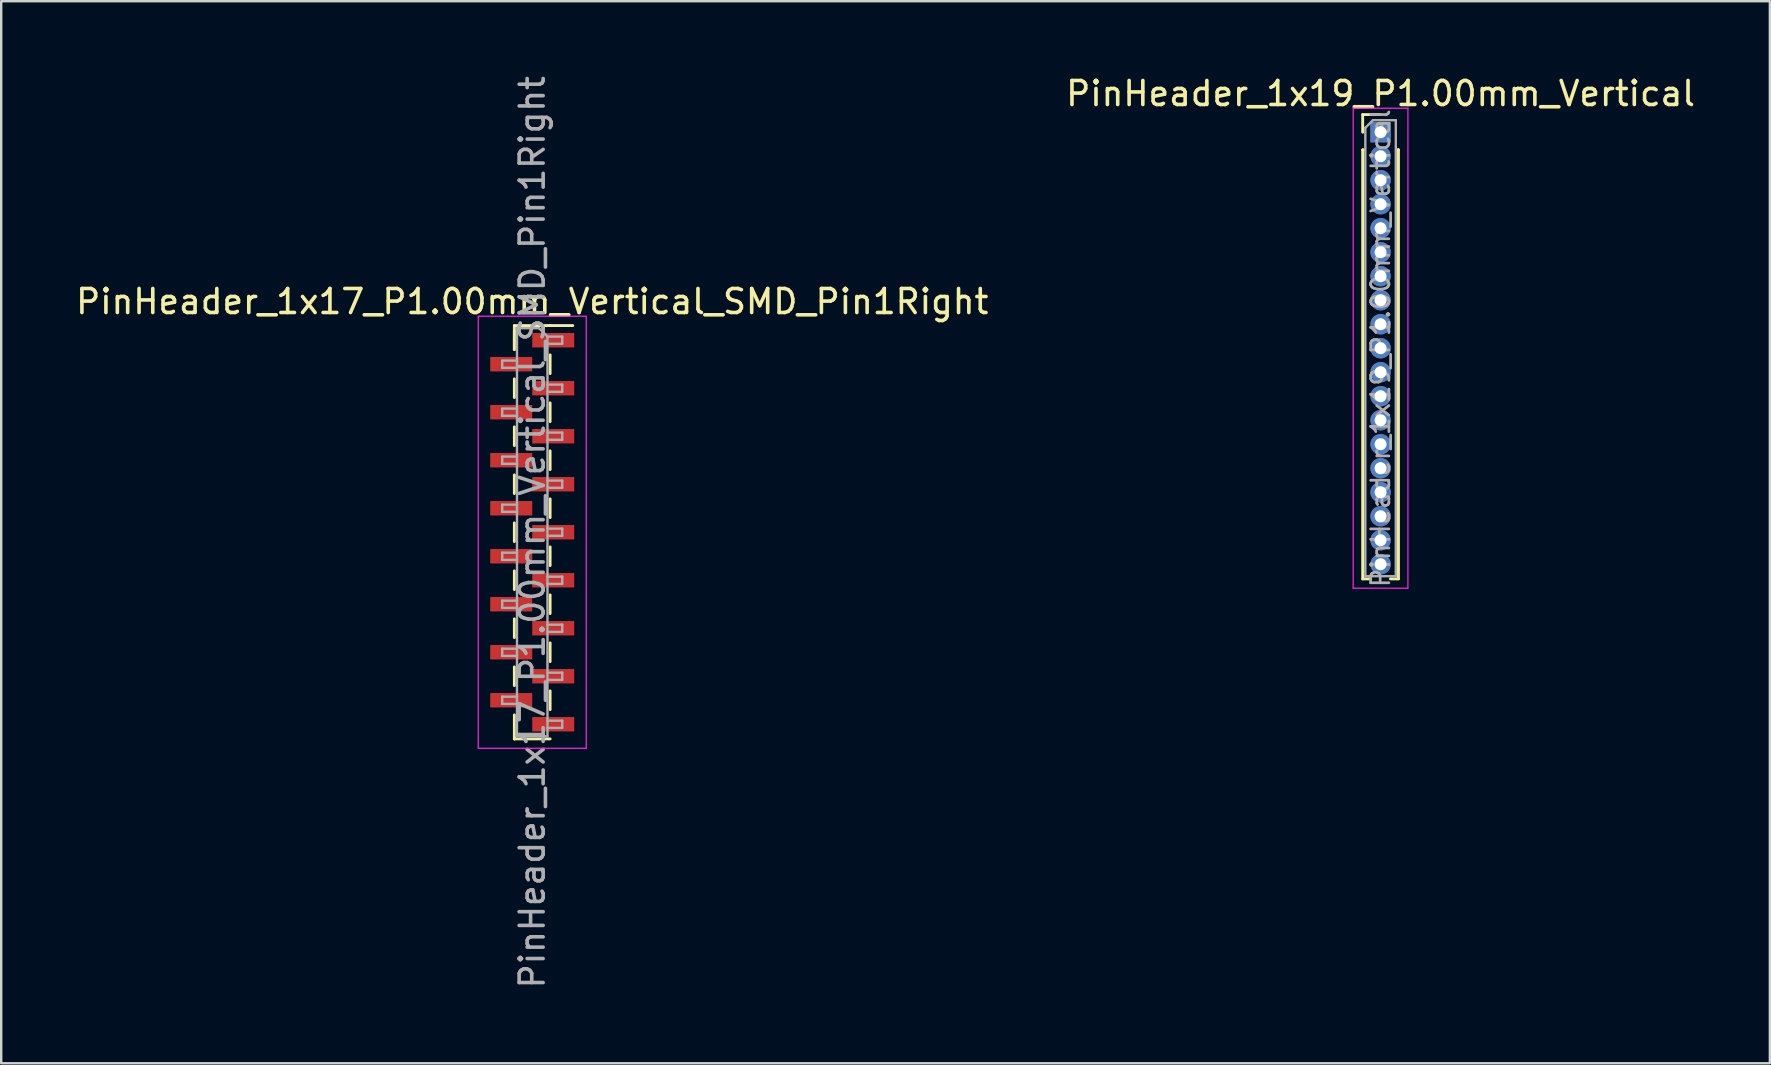
<source format=kicad_pcb>
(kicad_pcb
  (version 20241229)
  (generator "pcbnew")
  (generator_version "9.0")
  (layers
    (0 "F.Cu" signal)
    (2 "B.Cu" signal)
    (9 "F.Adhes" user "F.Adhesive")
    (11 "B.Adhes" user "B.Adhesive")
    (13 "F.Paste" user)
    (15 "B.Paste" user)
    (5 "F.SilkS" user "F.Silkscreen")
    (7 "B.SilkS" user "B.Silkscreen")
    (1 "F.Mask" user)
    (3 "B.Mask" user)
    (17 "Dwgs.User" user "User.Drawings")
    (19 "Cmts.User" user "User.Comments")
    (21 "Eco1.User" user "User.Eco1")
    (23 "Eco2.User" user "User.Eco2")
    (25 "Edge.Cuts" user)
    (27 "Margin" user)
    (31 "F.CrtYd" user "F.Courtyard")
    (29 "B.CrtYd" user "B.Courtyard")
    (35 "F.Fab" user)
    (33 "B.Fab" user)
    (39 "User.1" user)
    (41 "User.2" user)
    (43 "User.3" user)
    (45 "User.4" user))
  (footprint "PinHeader_1x17_P1.00mm_Vertical_SMD_Pin1Right"
    (layer "F.Cu")
    (at 19.125 19.125)
    (property "Reference" "PinHeader_1x17_P1.00mm_Vertical_SMD_Pin1Right" (at 0 -9.61 0) (layer "F.SilkS") (effects (font (size 1 1) (thickness 0.15))))
    (attr smd)
    (fp_line (start -0.745 -8.61) (end -0.745 -7.61) (stroke (width 0.12) (type solid)) (layer "F.SilkS"))
    (fp_line (start -0.745 -8.61) (end 0.745 -8.61) (stroke (width 0.12) (type solid)) (layer "F.SilkS"))
    (fp_line (start -0.745 -8.39) (end -0.745 -7.61) (stroke (width 0.12) (type solid)) (layer "F.SilkS"))
    (fp_line (start -0.745 -6.39) (end -0.745 -5.61) (stroke (width 0.12) (type solid)) (layer "F.SilkS"))
    (fp_line (start -0.745 -4.39) (end -0.745 -3.61) (stroke (width 0.12) (type solid)) (layer "F.SilkS"))
    (fp_line (start -0.745 -2.39) (end -0.745 -1.61) (stroke (width 0.12) (type solid)) (layer "F.SilkS"))
    (fp_line (start -0.745 -0.39) (end -0.745 0.39) (stroke (width 0.12) (type solid)) (layer "F.SilkS"))
    (fp_line (start -0.745 1.61) (end -0.745 2.39) (stroke (width 0.12) (type solid)) (layer "F.SilkS"))
    (fp_line (start -0.745 3.61) (end -0.745 4.39) (stroke (width 0.12) (type solid)) (layer "F.SilkS"))
    (fp_line (start -0.745 5.61) (end -0.745 6.39) (stroke (width 0.12) (type solid)) (layer "F.SilkS"))
    (fp_line (start -0.745 7.61) (end -0.745 8.61) (stroke (width 0.12) (type solid)) (layer "F.SilkS"))
    (fp_line (start -0.745 8.61) (end -0.745 8.61) (stroke (width 0.12) (type solid)) (layer "F.SilkS"))
    (fp_line (start -0.745 8.61) (end 0.745 8.61) (stroke (width 0.12) (type solid)) (layer "F.SilkS"))
    (fp_line (start 0.745 -8.61) (end 0.745 -8.61) (stroke (width 0.12) (type solid)) (layer "F.SilkS"))
    (fp_line (start 0.745 -8.61) (end 1.69 -8.61) (stroke (width 0.12) (type solid)) (layer "F.SilkS"))
    (fp_line (start 0.745 -7.39) (end 0.745 -6.61) (stroke (width 0.12) (type solid)) (layer "F.SilkS"))
    (fp_line (start 0.745 -5.39) (end 0.745 -4.61) (stroke (width 0.12) (type solid)) (layer "F.SilkS"))
    (fp_line (start 0.745 -3.39) (end 0.745 -2.61) (stroke (width 0.12) (type solid)) (layer "F.SilkS"))
    (fp_line (start 0.745 -1.39) (end 0.745 -0.61) (stroke (width 0.12) (type solid)) (layer "F.SilkS"))
    (fp_line (start 0.745 0.61) (end 0.745 1.39) (stroke (width 0.12) (type solid)) (layer "F.SilkS"))
    (fp_line (start 0.745 2.61) (end 0.745 3.39) (stroke (width 0.12) (type solid)) (layer "F.SilkS"))
    (fp_line (start 0.745 4.61) (end 0.745 5.39) (stroke (width 0.12) (type solid)) (layer "F.SilkS"))
    (fp_line (start 0.745 6.61) (end 0.745 7.39) (stroke (width 0.12) (type solid)) (layer "F.SilkS"))
    (fp_line (start -2.25 -9) (end -2.25 9) (stroke (width 0.05) (type solid)) (layer "F.CrtYd"))
    (fp_line (start -2.25 9) (end 2.25 9) (stroke (width 0.05) (type solid)) (layer "F.CrtYd"))
    (fp_line (start 2.25 -9) (end -2.25 -9) (stroke (width 0.05) (type solid)) (layer "F.CrtYd"))
    (fp_line (start 2.25 9) (end 2.25 -9) (stroke (width 0.05) (type solid)) (layer "F.CrtYd"))
    (fp_line (start -1.25 -7.15) (end -1.25 -6.85) (stroke (width 0.1) (type solid)) (layer "F.Fab"))
    (fp_line (start -1.25 -6.85) (end -0.635 -6.85) (stroke (width 0.1) (type solid)) (layer "F.Fab"))
    (fp_line (start -1.25 -5.15) (end -1.25 -4.85) (stroke (width 0.1) (type solid)) (layer "F.Fab"))
    (fp_line (start -1.25 -4.85) (end -0.635 -4.85) (stroke (width 0.1) (type solid)) (layer "F.Fab"))
    (fp_line (start -1.25 -3.15) (end -1.25 -2.85) (stroke (width 0.1) (type solid)) (layer "F.Fab"))
    (fp_line (start -1.25 -2.85) (end -0.635 -2.85) (stroke (width 0.1) (type solid)) (layer "F.Fab"))
    (fp_line (start -1.25 -1.15) (end -1.25 -0.85) (stroke (width 0.1) (type solid)) (layer "F.Fab"))
    (fp_line (start -1.25 -0.85) (end -0.635 -0.85) (stroke (width 0.1) (type solid)) (layer "F.Fab"))
    (fp_line (start -1.25 0.85) (end -1.25 1.15) (stroke (width 0.1) (type solid)) (layer "F.Fab"))
    (fp_line (start -1.25 1.15) (end -0.635 1.15) (stroke (width 0.1) (type solid)) (layer "F.Fab"))
    (fp_line (start -1.25 2.85) (end -1.25 3.15) (stroke (width 0.1) (type solid)) (layer "F.Fab"))
    (fp_line (start -1.25 3.15) (end -0.635 3.15) (stroke (width 0.1) (type solid)) (layer "F.Fab"))
    (fp_line (start -1.25 4.85) (end -1.25 5.15) (stroke (width 0.1) (type solid)) (layer "F.Fab"))
    (fp_line (start -1.25 5.15) (end -0.635 5.15) (stroke (width 0.1) (type solid)) (layer "F.Fab"))
    (fp_line (start -1.25 6.85) (end -1.25 7.15) (stroke (width 0.1) (type solid)) (layer "F.Fab"))
    (fp_line (start -1.25 7.15) (end -0.635 7.15) (stroke (width 0.1) (type solid)) (layer "F.Fab"))
    (fp_line (start -0.635 -8.5) (end -0.635 8.5) (stroke (width 0.1) (type solid)) (layer "F.Fab"))
    (fp_line (start -0.635 -8.5) (end 0.285 -8.5) (stroke (width 0.1) (type solid)) (layer "F.Fab"))
    (fp_line (start -0.635 -7.15) (end -1.25 -7.15) (stroke (width 0.1) (type solid)) (layer "F.Fab"))
    (fp_line (start -0.635 -5.15) (end -1.25 -5.15) (stroke (width 0.1) (type solid)) (layer "F.Fab"))
    (fp_line (start -0.635 -3.15) (end -1.25 -3.15) (stroke (width 0.1) (type solid)) (layer "F.Fab"))
    (fp_line (start -0.635 -1.15) (end -1.25 -1.15) (stroke (width 0.1) (type solid)) (layer "F.Fab"))
    (fp_line (start -0.635 0.85) (end -1.25 0.85) (stroke (width 0.1) (type solid)) (layer "F.Fab"))
    (fp_line (start -0.635 2.85) (end -1.25 2.85) (stroke (width 0.1) (type solid)) (layer "F.Fab"))
    (fp_line (start -0.635 4.85) (end -1.25 4.85) (stroke (width 0.1) (type solid)) (layer "F.Fab"))
    (fp_line (start -0.635 6.85) (end -1.25 6.85) (stroke (width 0.1) (type solid)) (layer "F.Fab"))
    (fp_line (start 0.635 -8.15) (end 0.285 -8.5) (stroke (width 0.1) (type solid)) (layer "F.Fab"))
    (fp_line (start 0.635 -8.15) (end 1.25 -8.15) (stroke (width 0.1) (type solid)) (layer "F.Fab"))
    (fp_line (start 0.635 -6.15) (end 1.25 -6.15) (stroke (width 0.1) (type solid)) (layer "F.Fab"))
    (fp_line (start 0.635 -4.15) (end 1.25 -4.15) (stroke (width 0.1) (type solid)) (layer "F.Fab"))
    (fp_line (start 0.635 -2.15) (end 1.25 -2.15) (stroke (width 0.1) (type solid)) (layer "F.Fab"))
    (fp_line (start 0.635 -0.15) (end 1.25 -0.15) (stroke (width 0.1) (type solid)) (layer "F.Fab"))
    (fp_line (start 0.635 1.85) (end 1.25 1.85) (stroke (width 0.1) (type solid)) (layer "F.Fab"))
    (fp_line (start 0.635 3.85) (end 1.25 3.85) (stroke (width 0.1) (type solid)) (layer "F.Fab"))
    (fp_line (start 0.635 5.85) (end 1.25 5.85) (stroke (width 0.1) (type solid)) (layer "F.Fab"))
    (fp_line (start 0.635 7.85) (end 1.25 7.85) (stroke (width 0.1) (type solid)) (layer "F.Fab"))
    (fp_line (start 0.635 8.5) (end -0.635 8.5) (stroke (width 0.1) (type solid)) (layer "F.Fab"))
    (fp_line (start 0.635 8.5) (end 0.635 -8.15) (stroke (width 0.1) (type solid)) (layer "F.Fab"))
    (fp_line (start 1.25 -8.15) (end 1.25 -7.85) (stroke (width 0.1) (type solid)) (layer "F.Fab"))
    (fp_line (start 1.25 -7.85) (end 0.635 -7.85) (stroke (width 0.1) (type solid)) (layer "F.Fab"))
    (fp_line (start 1.25 -6.15) (end 1.25 -5.85) (stroke (width 0.1) (type solid)) (layer "F.Fab"))
    (fp_line (start 1.25 -5.85) (end 0.635 -5.85) (stroke (width 0.1) (type solid)) (layer "F.Fab"))
    (fp_line (start 1.25 -4.15) (end 1.25 -3.85) (stroke (width 0.1) (type solid)) (layer "F.Fab"))
    (fp_line (start 1.25 -3.85) (end 0.635 -3.85) (stroke (width 0.1) (type solid)) (layer "F.Fab"))
    (fp_line (start 1.25 -2.15) (end 1.25 -1.85) (stroke (width 0.1) (type solid)) (layer "F.Fab"))
    (fp_line (start 1.25 -1.85) (end 0.635 -1.85) (stroke (width 0.1) (type solid)) (layer "F.Fab"))
    (fp_line (start 1.25 -0.15) (end 1.25 0.15) (stroke (width 0.1) (type solid)) (layer "F.Fab"))
    (fp_line (start 1.25 0.15) (end 0.635 0.15) (stroke (width 0.1) (type solid)) (layer "F.Fab"))
    (fp_line (start 1.25 1.85) (end 1.25 2.15) (stroke (width 0.1) (type solid)) (layer "F.Fab"))
    (fp_line (start 1.25 2.15) (end 0.635 2.15) (stroke (width 0.1) (type solid)) (layer "F.Fab"))
    (fp_line (start 1.25 3.85) (end 1.25 4.15) (stroke (width 0.1) (type solid)) (layer "F.Fab"))
    (fp_line (start 1.25 4.15) (end 0.635 4.15) (stroke (width 0.1) (type solid)) (layer "F.Fab"))
    (fp_line (start 1.25 5.85) (end 1.25 6.15) (stroke (width 0.1) (type solid)) (layer "F.Fab"))
    (fp_line (start 1.25 6.15) (end 0.635 6.15) (stroke (width 0.1) (type solid)) (layer "F.Fab"))
    (fp_line (start 1.25 7.85) (end 1.25 8.15) (stroke (width 0.1) (type solid)) (layer "F.Fab"))
    (fp_line (start 1.25 8.15) (end 0.635 8.15) (stroke (width 0.1) (type solid)) (layer "F.Fab"))
    (fp_text user "${REFERENCE}" (at 0 0 90) (layer "F.Fab") (effects (font (size 1 1) (thickness 0.15))))
    (pad "1" smd rect (at 0.875 -8) (size 1.75 0.6) (layers "F.Cu" "F.Mask" "F.Paste"))
    (pad "2" smd rect (at -0.875 -7) (size 1.75 0.6) (layers "F.Cu" "F.Mask" "F.Paste"))
    (pad "3" smd rect (at 0.875 -6) (size 1.75 0.6) (layers "F.Cu" "F.Mask" "F.Paste"))
    (pad "4" smd rect (at -0.875 -5) (size 1.75 0.6) (layers "F.Cu" "F.Mask" "F.Paste"))
    (pad "5" smd rect (at 0.875 -4) (size 1.75 0.6) (layers "F.Cu" "F.Mask" "F.Paste"))
    (pad "6" smd rect (at -0.875 -3) (size 1.75 0.6) (layers "F.Cu" "F.Mask" "F.Paste"))
    (pad "7" smd rect (at 0.875 -2) (size 1.75 0.6) (layers "F.Cu" "F.Mask" "F.Paste"))
    (pad "8" smd rect (at -0.875 -1) (size 1.75 0.6) (layers "F.Cu" "F.Mask" "F.Paste"))
    (pad "9" smd rect (at 0.875 0) (size 1.75 0.6) (layers "F.Cu" "F.Mask" "F.Paste"))
    (pad "10" smd rect (at -0.875 1) (size 1.75 0.6) (layers "F.Cu" "F.Mask" "F.Paste"))
    (pad "11" smd rect (at 0.875 2) (size 1.75 0.6) (layers "F.Cu" "F.Mask" "F.Paste"))
    (pad "12" smd rect (at -0.875 3) (size 1.75 0.6) (layers "F.Cu" "F.Mask" "F.Paste"))
    (pad "13" smd rect (at 0.875 4) (size 1.75 0.6) (layers "F.Cu" "F.Mask" "F.Paste"))
    (pad "14" smd rect (at -0.875 5) (size 1.75 0.6) (layers "F.Cu" "F.Mask" "F.Paste"))
    (pad "15" smd rect (at 0.875 6) (size 1.75 0.6) (layers "F.Cu" "F.Mask" "F.Paste"))
    (pad "16" smd rect (at -0.875 7) (size 1.75 0.6) (layers "F.Cu" "F.Mask" "F.Paste"))
    (pad "17" smd rect (at 0.875 8) (size 1.75 0.6) (layers "F.Cu" "F.Mask" "F.Paste")))
  (footprint "PinHeader_1x19_P1.00mm_Vertical"
    (layer "F.Cu")
    (at 54.47 2.458)
    (property "Reference" "PinHeader_1x19_P1.00mm_Vertical" (at 0 -1.61 0) (layer "F.SilkS") (effects (font (size 1 1) (thickness 0.15))))
    (attr through_hole)
    (fp_line (start -0.745 -0.735) (end 0 -0.735) (stroke (width 0.12) (type solid)) (layer "F.SilkS"))
    (fp_line (start -0.745 0) (end -0.745 -0.735) (stroke (width 0.12) (type solid)) (layer "F.SilkS"))
    (fp_line (start -0.745 0.735) (end -0.745 18.61) (stroke (width 0.12) (type solid)) (layer "F.SilkS"))
    (fp_line (start -0.745 0.735) (end -0.686 0.735) (stroke (width 0.12) (type solid)) (layer "F.SilkS"))
    (fp_line (start -0.745 18.61) (end -0.41 18.61) (stroke (width 0.12) (type solid)) (layer "F.SilkS"))
    (fp_line (start 0.41 18.61) (end 0.745 18.61) (stroke (width 0.12) (type solid)) (layer "F.SilkS"))
    (fp_line (start 0.686 0.735) (end 0.745 0.735) (stroke (width 0.12) (type solid)) (layer "F.SilkS"))
    (fp_line (start 0.745 0.735) (end 0.745 18.61) (stroke (width 0.12) (type solid)) (layer "F.SilkS"))
    (fp_line (start -1.14 -1) (end -1.14 19) (stroke (width 0.05) (type solid)) (layer "F.CrtYd"))
    (fp_line (start -1.14 19) (end 1.14 19) (stroke (width 0.05) (type solid)) (layer "F.CrtYd"))
    (fp_line (start 1.14 -1) (end -1.14 -1) (stroke (width 0.05) (type solid)) (layer "F.CrtYd"))
    (fp_line (start 1.14 19) (end 1.14 -1) (stroke (width 0.05) (type solid)) (layer "F.CrtYd"))
    (fp_line (start -0.635 -0.182) (end -0.318 -0.5) (stroke (width 0.1) (type solid)) (layer "F.Fab"))
    (fp_line (start -0.635 18.5) (end -0.635 -0.182) (stroke (width 0.1) (type solid)) (layer "F.Fab"))
    (fp_line (start -0.318 -0.5) (end 0.635 -0.5) (stroke (width 0.1) (type solid)) (layer "F.Fab"))
    (fp_line (start 0.635 -0.5) (end 0.635 18.5) (stroke (width 0.1) (type solid)) (layer "F.Fab"))
    (fp_line (start 0.635 18.5) (end -0.635 18.5) (stroke (width 0.1) (type solid)) (layer "F.Fab"))
    (fp_text user "${REFERENCE}" (at 0 9 90) (layer "F.Fab") (effects (font (size 0.76 0.76) (thickness 0.114))))
    (pad "1" thru_hole rect (at 0 0) (size 0.85 0.85) (drill 0.5) (layers "*.Cu" "*.Mask"))
    (pad "2" thru_hole circle (at 0 1) (size 0.85 0.85) (drill 0.5) (layers "*.Cu" "*.Mask"))
    (pad "3" thru_hole circle (at 0 2) (size 0.85 0.85) (drill 0.5) (layers "*.Cu" "*.Mask"))
    (pad "4" thru_hole circle (at 0 3) (size 0.85 0.85) (drill 0.5) (layers "*.Cu" "*.Mask"))
    (pad "5" thru_hole circle (at 0 4) (size 0.85 0.85) (drill 0.5) (layers "*.Cu" "*.Mask"))
    (pad "6" thru_hole circle (at 0 5) (size 0.85 0.85) (drill 0.5) (layers "*.Cu" "*.Mask"))
    (pad "7" thru_hole circle (at 0 6) (size 0.85 0.85) (drill 0.5) (layers "*.Cu" "*.Mask"))
    (pad "8" thru_hole circle (at 0 7) (size 0.85 0.85) (drill 0.5) (layers "*.Cu" "*.Mask"))
    (pad "9" thru_hole circle (at 0 8) (size 0.85 0.85) (drill 0.5) (layers "*.Cu" "*.Mask"))
    (pad "10" thru_hole circle (at 0 9) (size 0.85 0.85) (drill 0.5) (layers "*.Cu" "*.Mask"))
    (pad "11" thru_hole circle (at 0 10) (size 0.85 0.85) (drill 0.5) (layers "*.Cu" "*.Mask"))
    (pad "12" thru_hole circle (at 0 11) (size 0.85 0.85) (drill 0.5) (layers "*.Cu" "*.Mask"))
    (pad "13" thru_hole circle (at 0 12) (size 0.85 0.85) (drill 0.5) (layers "*.Cu" "*.Mask"))
    (pad "14" thru_hole circle (at 0 13) (size 0.85 0.85) (drill 0.5) (layers "*.Cu" "*.Mask"))
    (pad "15" thru_hole circle (at 0 14) (size 0.85 0.85) (drill 0.5) (layers "*.Cu" "*.Mask"))
    (pad "16" thru_hole circle (at 0 15) (size 0.85 0.85) (drill 0.5) (layers "*.Cu" "*.Mask"))
    (pad "17" thru_hole circle (at 0 16) (size 0.85 0.85) (drill 0.5) (layers "*.Cu" "*.Mask"))
    (pad "18" thru_hole circle (at 0 17) (size 0.85 0.85) (drill 0.5) (layers "*.Cu" "*.Mask"))
    (pad "19" thru_hole circle (at 0 18) (size 0.85 0.85) (drill 0.5) (layers "*.Cu" "*.Mask")))
  (gr_rect
    (start -3 -3)
    (end 70.69 41.25)
    (stroke (width 0.1) (type default))
    (fill no)
    (layer "Edge.Cuts")))
</source>
